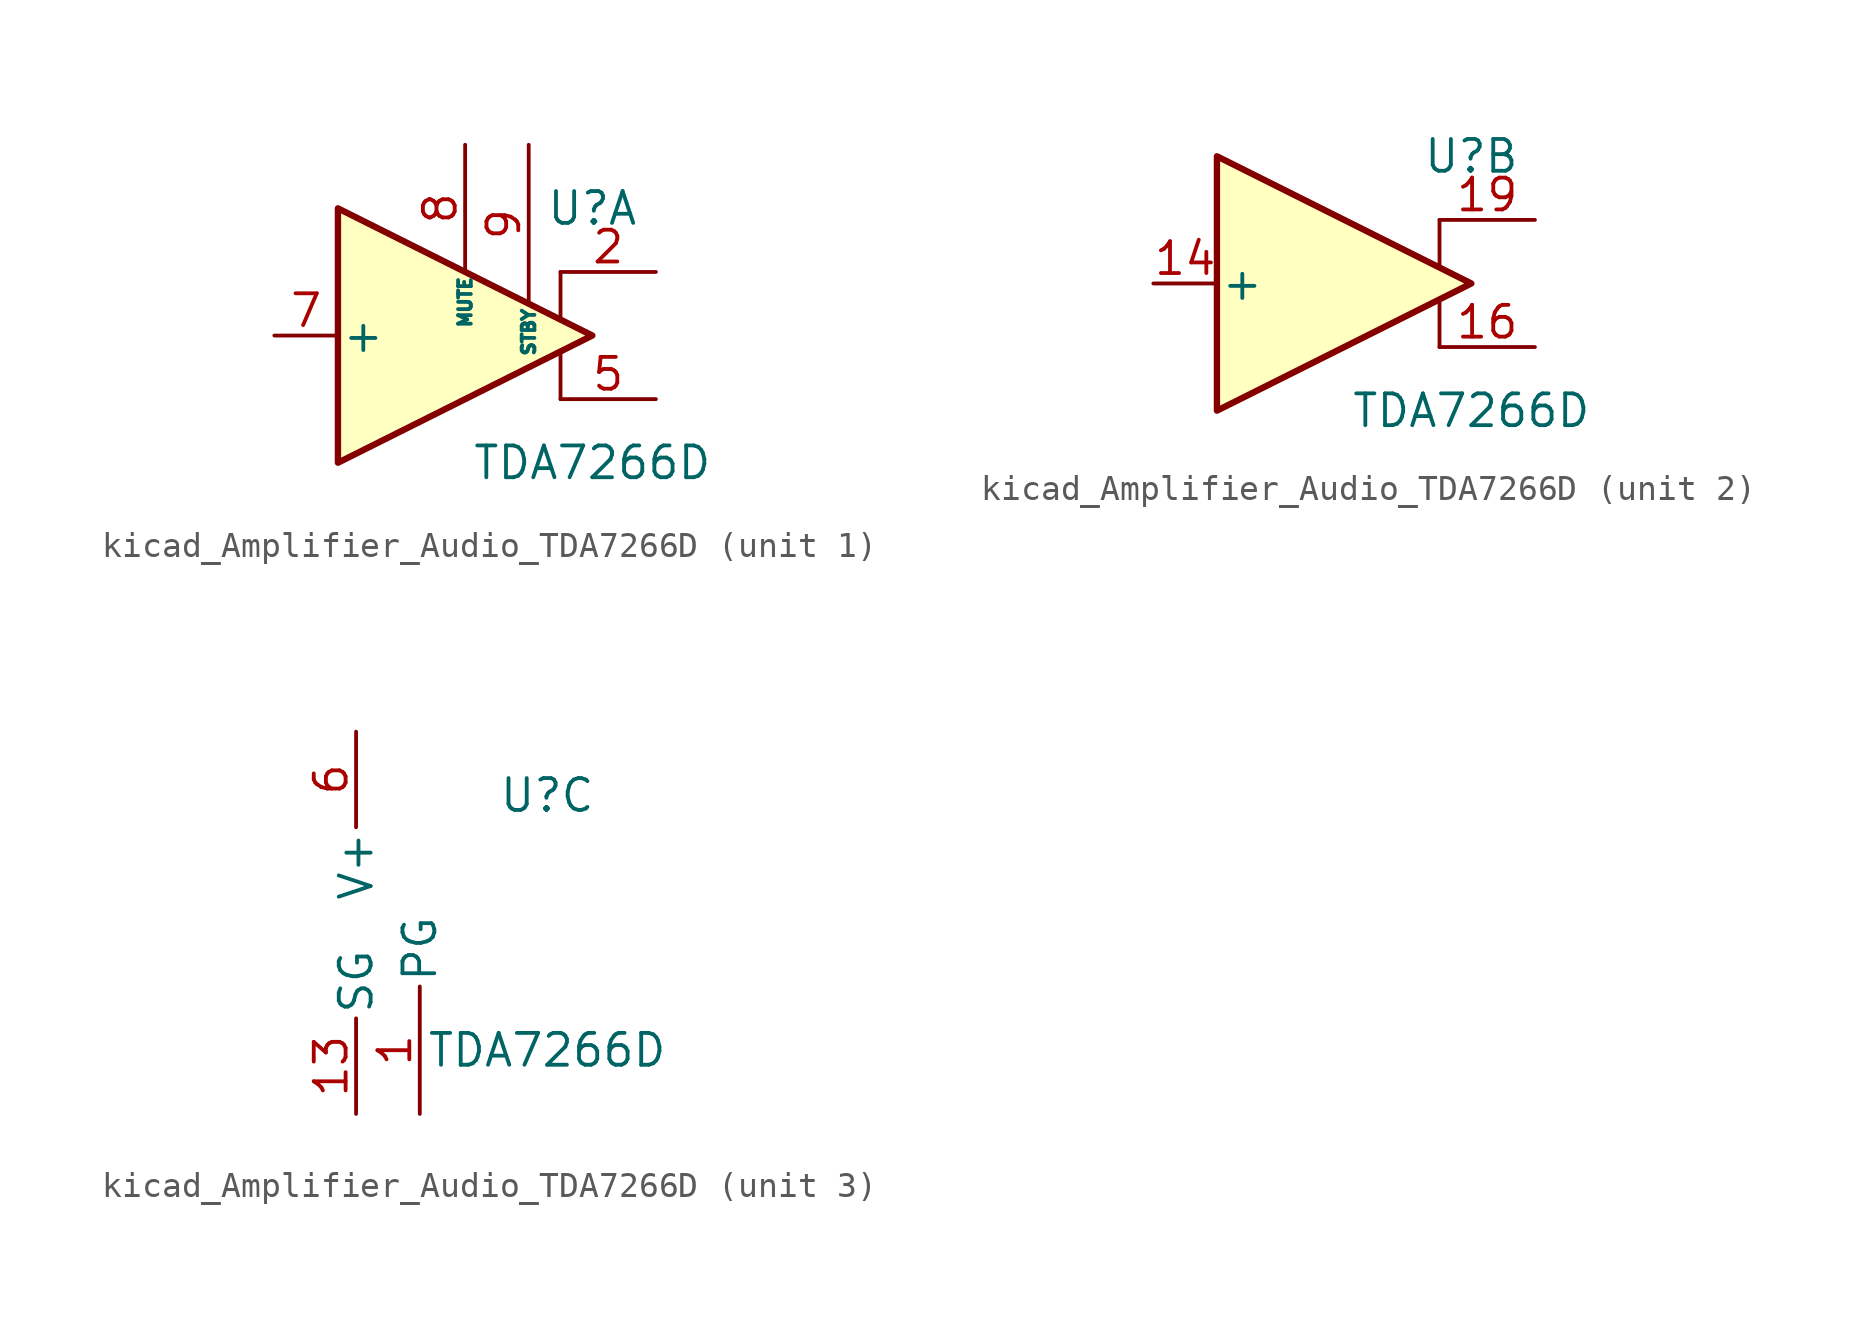
<source format=kicad_sym>
(kicad_symbol_lib
  (version 20220914)
  (generator kicad_symbol_editor)
  (symbol "kicad_Amplifier_Audio_TDA7266D"
    (pin_names
      (offset 0.127))
    (property "Reference" "U"
      (at 5.08 5.08 0)
      (effects (font (size 1.27 1.27))))
    (property "Value" "TDA7266D"
      (at 5.08 -5.08 0)
      (effects (font (size 1.27 1.27))))
    (property "ki_locked" ""
      (at 0 0 0)
      (effects (font (size 1.27 1.27))))
    (symbol "kicad_Amplifier_Audio_TDA7266D_1_1"
      (polyline (pts (xy 3.81 -0.635) (xy 3.81 -2.54)) (stroke (width 0) (type default)) (fill (type none)))
      (polyline (pts (xy 3.81 2.54) (xy 3.81 0.635)) (stroke (width 0) (type default)) (fill (type none)))
      (polyline (pts (xy 5.08 0) (xy -5.08 5.08) (xy -5.08 -5.08) (xy 5.08 0)) (stroke (width 0.254) (type default)) (fill (type background)))
      (pin no_connect line (at -2.54 3.81 270) (length 2.54) hide (name "NC" (effects (font (size 1.27 1.27)))) (number "12" (effects (font (size 1.27 1.27)))))
      (pin no_connect line (at -5.08 -5.08 90) (length 2.54) hide (name "NC" (effects (font (size 1.27 1.27)))) (number "17" (effects (font (size 1.27 1.27)))))
      (pin no_connect line (at 0 -2.54 90) (length 2.54) hide (name "NC" (effects (font (size 1.27 1.27)))) (number "18" (effects (font (size 1.27 1.27)))))
      (pin output line (at 7.62 2.54 180) (length 3.81) (name "~" (effects (font (size 1.27 1.27)))) (number "2" (effects (font (size 1.27 1.27)))))
      (pin no_connect line (at -5.08 5.08 270) (length 2.54) hide (name "NC" (effects (font (size 1.27 1.27)))) (number "3" (effects (font (size 1.27 1.27)))))
      (pin no_connect line (at 0 2.54 270) (length 2.54) hide (name "NC" (effects (font (size 1.27 1.27)))) (number "4" (effects (font (size 1.27 1.27)))))
      (pin output line (at 7.62 -2.54 180) (length 3.81) (name "~" (effects (font (size 1.27 1.27)))) (number "5" (effects (font (size 1.27 1.27)))))
      (pin input line (at -7.62 0 0) (length 2.54) (name "+" (effects (font (size 1.27 1.27)))) (number "7" (effects (font (size 1.27 1.27)))))
      (pin input line (at 0 7.62 270) (length 5.08) (name "MUTE" (effects (font (size 0.508 0.508)))) (number "8" (effects (font (size 1.27 1.27)))))
      (pin input line (at 2.54 7.62 270) (length 6.35) (name "STBY" (effects (font (size 0.508 0.508)))) (number "9" (effects (font (size 1.27 1.27))))))
    (symbol "kicad_Amplifier_Audio_TDA7266D_2_1"
      (polyline (pts (xy 3.81 -0.635) (xy 3.81 -2.54)) (stroke (width 0) (type default)) (fill (type none)))
      (polyline (pts (xy 3.81 2.54) (xy 3.81 0.635)) (stroke (width 0) (type default)) (fill (type none)))
      (polyline (pts (xy 5.08 0) (xy -5.08 5.08) (xy -5.08 -5.08) (xy 5.08 0)) (stroke (width 0.254) (type default)) (fill (type background)))
      (pin input line (at -7.62 0 0) (length 2.54) (name "+" (effects (font (size 1.27 1.27)))) (number "14" (effects (font (size 1.27 1.27)))))
      (pin output line (at 7.62 -2.54 180) (length 3.81) (name "~" (effects (font (size 1.27 1.27)))) (number "16" (effects (font (size 1.27 1.27)))))
      (pin output line (at 7.62 2.54 180) (length 3.81) (name "~" (effects (font (size 1.27 1.27)))) (number "19" (effects (font (size 1.27 1.27))))))
    (symbol "kicad_Amplifier_Audio_TDA7266D_3_1"
      (pin power_in line (at 0 -7.62 90) (length 5.08) (name "PG" (effects (font (size 1.27 1.27)))) (number "1" (effects (font (size 1.27 1.27)))))
      (pin passive line (at 0 -7.62 90) (length 5.08) hide (name "PG" (effects (font (size 1.27 1.27)))) (number "10" (effects (font (size 1.27 1.27)))))
      (pin passive line (at 0 -7.62 90) (length 5.08) hide (name "PG" (effects (font (size 1.27 1.27)))) (number "11" (effects (font (size 1.27 1.27)))))
      (pin power_in line (at -2.54 -7.62 90) (length 3.81) (name "SG" (effects (font (size 1.27 1.27)))) (number "13" (effects (font (size 1.27 1.27)))))
      (pin passive line (at -2.54 7.62 270) (length 3.81) hide (name "V+" (effects (font (size 1.27 1.27)))) (number "15" (effects (font (size 1.27 1.27)))))
      (pin passive line (at 0 -7.62 90) (length 5.08) hide (name "PG" (effects (font (size 1.27 1.27)))) (number "20" (effects (font (size 1.27 1.27)))))
      (pin power_in line (at -2.54 7.62 270) (length 3.81) (name "V+" (effects (font (size 1.27 1.27)))) (number "6" (effects (font (size 1.27 1.27))))))))
</source>
